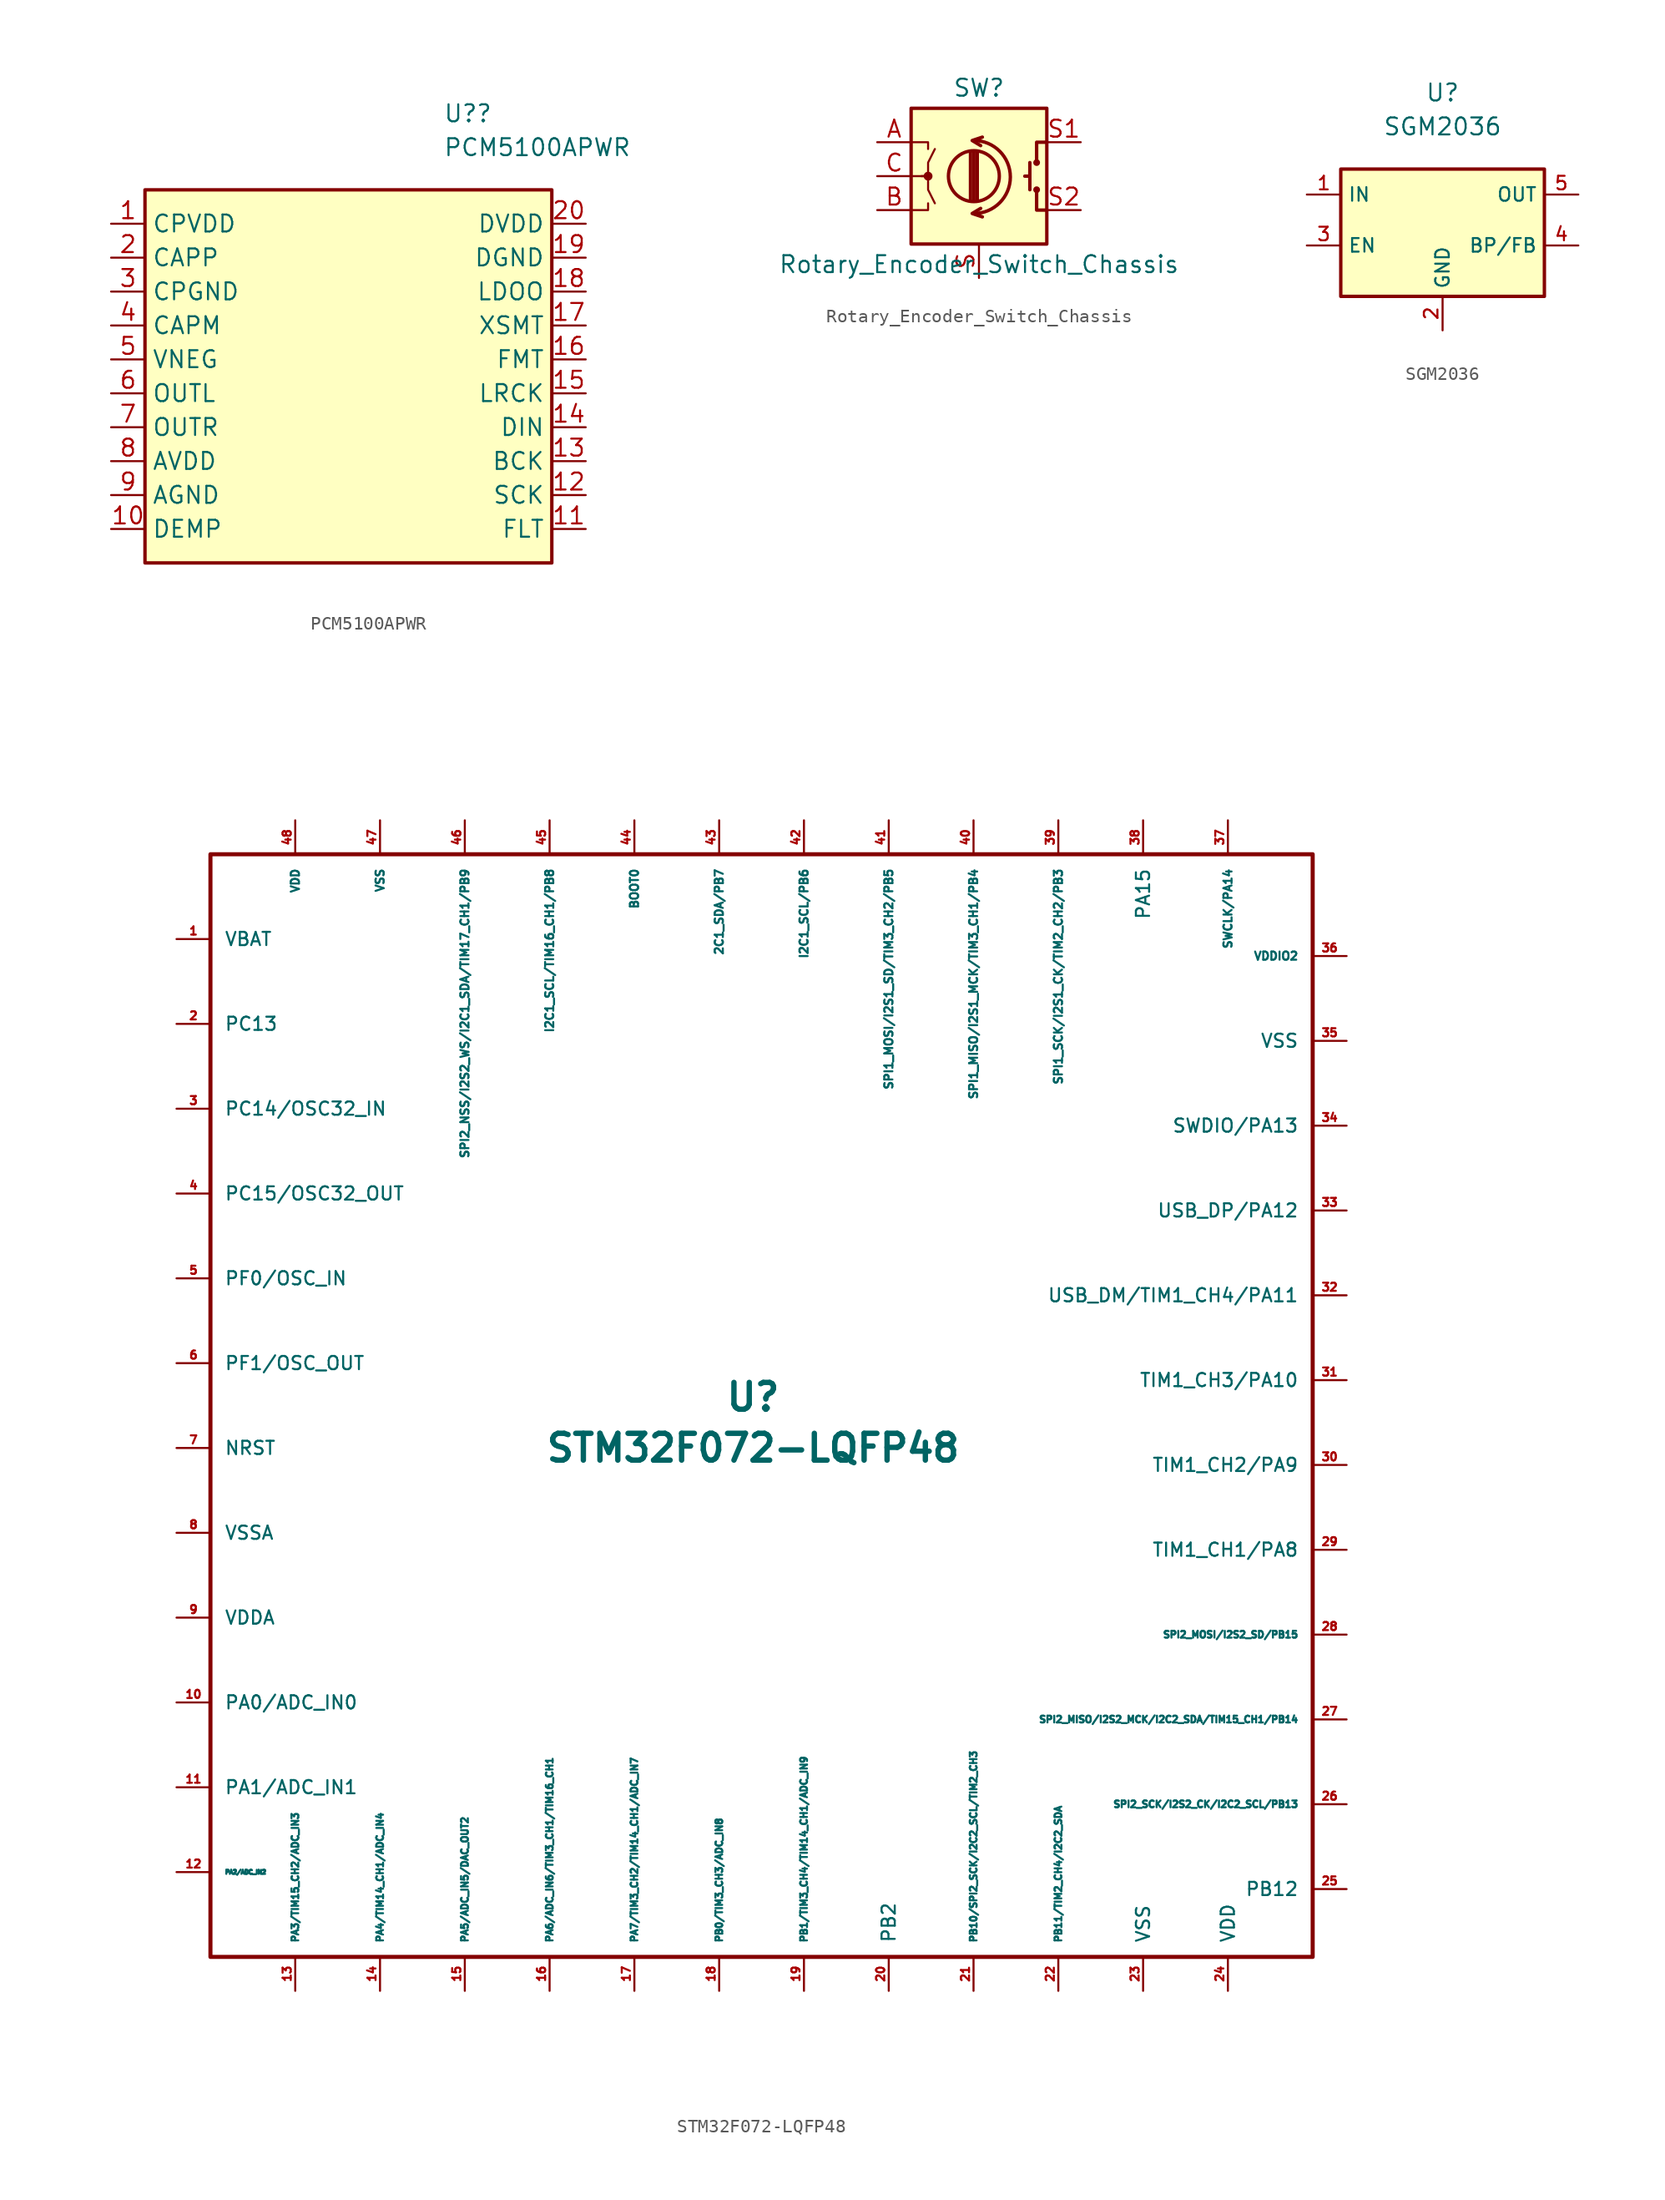
<source format=kicad_sym>
(kicad_symbol_lib
  (version 20211014)
  (generator kicad_symbol_editor)
  (symbol "PCM5100APWR"
    (property "Reference" "U?"
      (at 7.099 23.495 0)
      (effects (font (size 1.27 1.27)) (justify left)))
    (property "Value" "PCM5100APWR"
      (at 7.099 20.955 0)
      (effects (font (size 1.27 1.27)) (justify left)))
    (symbol "PCM5100APWR_0_1"
      (rectangle (start -15.24 17.78) (end 15.24 -10.16) (stroke (width 0.254) (type default) (color 0 0 0 0)) (fill (type background))))
    (symbol "PCM5100APWR_1_1"
      (pin input line (at -17.78 15.24 0) (length 2.54) (name "CPVDD" (effects (font (size 1.27 1.27)))) (number "1" (effects (font (size 1.27 1.27)))))
      (pin input line (at -17.78 -7.62 0) (length 2.54) (name "DEMP" (effects (font (size 1.27 1.27)))) (number "10" (effects (font (size 1.27 1.27)))))
      (pin input line (at 17.78 -7.62 180) (length 2.54) (name "FLT" (effects (font (size 1.27 1.27)))) (number "11" (effects (font (size 1.27 1.27)))))
      (pin input line (at 17.78 -5.08 180) (length 2.54) (name "SCK" (effects (font (size 1.27 1.27)))) (number "12" (effects (font (size 1.27 1.27)))))
      (pin input line (at 17.78 -2.54 180) (length 2.54) (name "BCK" (effects (font (size 1.27 1.27)))) (number "13" (effects (font (size 1.27 1.27)))))
      (pin input line (at 17.78 0 180) (length 2.54) (name "DIN" (effects (font (size 1.27 1.27)))) (number "14" (effects (font (size 1.27 1.27)))))
      (pin input line (at 17.78 2.54 180) (length 2.54) (name "LRCK" (effects (font (size 1.27 1.27)))) (number "15" (effects (font (size 1.27 1.27)))))
      (pin input line (at 17.78 5.08 180) (length 2.54) (name "FMT" (effects (font (size 1.27 1.27)))) (number "16" (effects (font (size 1.27 1.27)))))
      (pin input line (at 17.78 7.62 180) (length 2.54) (name "XSMT" (effects (font (size 1.27 1.27)))) (number "17" (effects (font (size 1.27 1.27)))))
      (pin bidirectional line (at 17.78 10.16 180) (length 2.54) (name "LDOO" (effects (font (size 1.27 1.27)))) (number "18" (effects (font (size 1.27 1.27)))))
      (pin bidirectional line (at 17.78 12.7 180) (length 2.54) (name "DGND" (effects (font (size 1.27 1.27)))) (number "19" (effects (font (size 1.27 1.27)))))
      (pin output line (at -17.78 12.7 0) (length 2.54) (name "CAPP" (effects (font (size 1.27 1.27)))) (number "2" (effects (font (size 1.27 1.27)))))
      (pin power_in line (at 17.78 15.24 180) (length 2.54) (name "DVDD" (effects (font (size 1.27 1.27)))) (number "20" (effects (font (size 1.27 1.27)))))
      (pin bidirectional line (at -17.78 10.16 0) (length 2.54) (name "CPGND" (effects (font (size 1.27 1.27)))) (number "3" (effects (font (size 1.27 1.27)))))
      (pin bidirectional line (at -17.78 7.62 0) (length 2.54) (name "CAPM" (effects (font (size 1.27 1.27)))) (number "4" (effects (font (size 1.27 1.27)))))
      (pin output line (at -17.78 5.08 0) (length 2.54) (name "VNEG" (effects (font (size 1.27 1.27)))) (number "5" (effects (font (size 1.27 1.27)))))
      (pin output line (at -17.78 2.54 0) (length 2.54) (name "OUTL" (effects (font (size 1.27 1.27)))) (number "6" (effects (font (size 1.27 1.27)))))
      (pin output line (at -17.78 0 0) (length 2.54) (name "OUTR" (effects (font (size 1.27 1.27)))) (number "7" (effects (font (size 1.27 1.27)))))
      (pin power_in line (at -17.78 -2.54 0) (length 2.54) (name "AVDD" (effects (font (size 1.27 1.27)))) (number "8" (effects (font (size 1.27 1.27)))))
      (pin bidirectional line (at -17.78 -5.08 0) (length 2.54) (name "AGND" (effects (font (size 1.27 1.27)))) (number "9" (effects (font (size 1.27 1.27)))))))
  (symbol "Rotary_Encoder_Switch_Chassis"
    (pin_names
      (offset 0.254) hide)
    (property "Reference" "SW"
      (at 0 6.604 0)
      (effects (font (size 1.27 1.27))))
    (property "Value" "Rotary_Encoder_Switch_Chassis"
      (at 0 -6.604 0)
      (effects (font (size 1.27 1.27))))
    (symbol "Rotary_Encoder_Switch_Chassis_0_1"
      (rectangle (start -5.08 5.08) (end 5.08 -5.08) (stroke (width 0.254) (type default) (color 0 0 0 0)) (fill (type background)))
      (circle (center -3.81 0) (radius 0.254) (stroke (width 0) (type default) (color 0 0 0 0)) (fill (type outline)))
      (arc (start -0.381 -2.794) (mid 2.3622 -0.0635) (end -0.381 2.667) (stroke (width 0.254) (type default) (color 0 0 0 0)) (fill (type none)))
      (circle (center -0.381 0) (radius 1.905) (stroke (width 0.254) (type default) (color 0 0 0 0)) (fill (type none)))
      (polyline (pts (xy -0.635 -1.778) (xy -0.635 1.778)) (stroke (width 0.254) (type default) (color 0 0 0 0)) (fill (type none)))
      (polyline (pts (xy -0.381 -1.778) (xy -0.381 1.778)) (stroke (width 0.254) (type default) (color 0 0 0 0)) (fill (type none)))
      (polyline (pts (xy -0.127 1.778) (xy -0.127 -1.778)) (stroke (width 0.254) (type default) (color 0 0 0 0)) (fill (type none)))
      (polyline (pts (xy 3.81 0) (xy 3.429 0)) (stroke (width 0.254) (type default) (color 0 0 0 0)) (fill (type none)))
      (polyline (pts (xy 3.81 1.016) (xy 3.81 -1.016)) (stroke (width 0.254) (type default) (color 0 0 0 0)) (fill (type none)))
      (polyline (pts (xy -5.08 -2.54) (xy -3.81 -2.54) (xy -3.81 -2.032)) (stroke (width 0) (type default) (color 0 0 0 0)) (fill (type none)))
      (polyline (pts (xy -5.08 2.54) (xy -3.81 2.54) (xy -3.81 2.032)) (stroke (width 0) (type default) (color 0 0 0 0)) (fill (type none)))
      (polyline (pts (xy 0.254 -3.048) (xy -0.508 -2.794) (xy 0.127 -2.413)) (stroke (width 0.254) (type default) (color 0 0 0 0)) (fill (type none)))
      (polyline (pts (xy 0.254 2.921) (xy -0.508 2.667) (xy 0.127 2.286)) (stroke (width 0.254) (type default) (color 0 0 0 0)) (fill (type none)))
      (polyline (pts (xy 5.08 -2.54) (xy 4.318 -2.54) (xy 4.318 -1.016)) (stroke (width 0.254) (type default) (color 0 0 0 0)) (fill (type none)))
      (polyline (pts (xy 5.08 2.54) (xy 4.318 2.54) (xy 4.318 1.016)) (stroke (width 0.254) (type default) (color 0 0 0 0)) (fill (type none)))
      (polyline (pts (xy -5.08 0) (xy -3.81 0) (xy -3.81 -1.016) (xy -3.302 -2.032)) (stroke (width 0) (type default) (color 0 0 0 0)) (fill (type none)))
      (polyline (pts (xy -4.318 0) (xy -3.81 0) (xy -3.81 1.016) (xy -3.302 2.032)) (stroke (width 0) (type default) (color 0 0 0 0)) (fill (type none)))
      (circle (center 4.318 -1.016) (radius 0.127) (stroke (width 0.254) (type default) (color 0 0 0 0)) (fill (type none)))
      (circle (center 4.318 1.016) (radius 0.127) (stroke (width 0.254) (type default) (color 0 0 0 0)) (fill (type none))))
    (symbol "Rotary_Encoder_Switch_Chassis_1_1"
      (pin passive line (at -7.62 2.54 0) (length 2.54) (name "A" (effects (font (size 1.27 1.27)))) (number "A" (effects (font (size 1.27 1.27)))))
      (pin passive line (at -7.62 -2.54 0) (length 2.54) (name "B" (effects (font (size 1.27 1.27)))) (number "B" (effects (font (size 1.27 1.27)))))
      (pin passive line (at -7.62 0 0) (length 2.54) (name "C" (effects (font (size 1.27 1.27)))) (number "C" (effects (font (size 1.27 1.27)))))
      (pin bidirectional line (at 0 -7.62 90) (length 2.54) (name "Shield" (effects (font (size 1.27 1.27)))) (number "S" (effects (font (size 1.27 1.27)))))
      (pin passive line (at 7.62 2.54 180) (length 2.54) (name "S1" (effects (font (size 1.27 1.27)))) (number "S1" (effects (font (size 1.27 1.27)))))
      (pin passive line (at 7.62 -2.54 180) (length 2.54) (name "S2" (effects (font (size 1.27 1.27)))) (number "S2" (effects (font (size 1.27 1.27)))))))
  (symbol "SGM2036"
    (property "Reference" "U"
      (at 0 10.16 0)
      (effects (font (size 1.27 1.27))))
    (property "Value" "SGM2036"
      (at 0 7.62 0)
      (effects (font (size 1.27 1.27))))
    (symbol "SGM2036_0_1"
      (rectangle (start -7.62 4.445) (end 7.62 -5.08) (stroke (width 0.254) (type default) (color 0 0 0 0)) (fill (type background))))
    (symbol "SGM2036_1_1"
      (pin power_in line (at -10.16 2.54 0) (length 2.54) (name "IN" (effects (font (size 1.016 1.016)))) (number "1" (effects (font (size 1.016 1.016)))))
      (pin power_in line (at 0 -7.62 90) (length 2.54) (name "GND" (effects (font (size 1.016 1.016)))) (number "2" (effects (font (size 1.016 1.016)))))
      (pin input line (at -10.16 -1.27 0) (length 2.54) (name "EN" (effects (font (size 1.016 1.016)))) (number "3" (effects (font (size 1.016 1.016)))))
      (pin passive line (at 10.16 -1.27 180) (length 2.54) (name "BP/FB" (effects (font (size 1.016 1.016)))) (number "4" (effects (font (size 1.016 1.016)))))
      (pin power_out line (at 10.16 2.54 180) (length 2.54) (name "OUT" (effects (font (size 1.016 1.016)))) (number "5" (effects (font (size 1.016 1.016)))))))
  (symbol "STM32F072-LQFP48"
    (pin_names
      (offset 1.016))
    (property "Reference" "U"
      (at 0 1.27 0)
      (effects (font (size 2.007 2.007) bold)))
    (property "Value" "STM32F072-LQFP48"
      (at 0 -2.54 0)
      (effects (font (size 2.007 2.007) bold)))
    (symbol "STM32F072-LQFP48_0_1"
      (rectangle (start 41.91 41.91) (end -40.64 -40.64) (stroke (width 0.305) (type default) (color 0 0 0 0)) (fill (type none))))
    (symbol "STM32F072-LQFP48_1_1"
      (pin power_in line (at -43.18 35.56 0) (length 2.54) (name "VBAT" (effects (font (size 0.991 0.991)))) (number "1" (effects (font (size 0.61 0.61)))))
      (pin bidirectional line (at -43.18 -21.59 0) (length 2.54) (name "PA0/ADC_IN0" (effects (font (size 0.991 0.991)))) (number "10" (effects (font (size 0.61 0.61)))))
      (pin bidirectional line (at -43.18 -27.94 0) (length 2.54) (name "PA1/ADC_IN1" (effects (font (size 0.991 0.991)))) (number "11" (effects (font (size 0.61 0.61)))))
      (pin bidirectional line (at -43.18 -34.29 0) (length 2.54) (name "PA2/ADC_IN2" (effects (font (size 0.305 0.305)))) (number "12" (effects (font (size 0.61 0.61)))))
      (pin bidirectional line (at -34.29 -43.18 90) (length 2.54) (name "PA3/TIM15_CH2/ADC_IN3" (effects (font (size 0.508 0.508)))) (number "13" (effects (font (size 0.61 0.61)))))
      (pin bidirectional line (at -27.94 -43.18 90) (length 2.54) (name "PA4/TIM14_CH1/ADC_IN4" (effects (font (size 0.508 0.508)))) (number "14" (effects (font (size 0.61 0.61)))))
      (pin bidirectional line (at -21.59 -43.18 90) (length 2.54) (name "PA5/ADC_IN5/DAC_OUT2" (effects (font (size 0.508 0.508)))) (number "15" (effects (font (size 0.61 0.61)))))
      (pin bidirectional line (at -15.24 -43.18 90) (length 2.54) (name "PA6/ADC_IN6/TIM3_CH1/TIM16_CH1" (effects (font (size 0.508 0.508)))) (number "16" (effects (font (size 0.61 0.61)))))
      (pin bidirectional line (at -8.89 -43.18 90) (length 2.54) (name "PA7/TIM3_CH2/TIM14_CH1/ADC_IN7" (effects (font (size 0.508 0.508)))) (number "17" (effects (font (size 0.61 0.61)))))
      (pin bidirectional line (at -2.54 -43.18 90) (length 2.54) (name "PB0/TIM3_CH3/ADC_IN8" (effects (font (size 0.508 0.508)))) (number "18" (effects (font (size 0.61 0.61)))))
      (pin bidirectional line (at 3.81 -43.18 90) (length 2.54) (name "PB1/TIM3_CH4/TIM14_CH1/ADC_IN9" (effects (font (size 0.508 0.508)))) (number "19" (effects (font (size 0.61 0.61)))))
      (pin bidirectional line (at -43.18 29.21 0) (length 2.54) (name "PC13" (effects (font (size 0.991 0.991)))) (number "2" (effects (font (size 0.61 0.61)))))
      (pin bidirectional line (at 10.16 -43.18 90) (length 2.54) (name "PB2" (effects (font (size 0.991 0.991)))) (number "20" (effects (font (size 0.61 0.61)))))
      (pin bidirectional line (at 16.51 -43.18 90) (length 2.54) (name "PB10/SPI2_SCK/I2C2_SCL/TIM2_CH3" (effects (font (size 0.508 0.508)))) (number "21" (effects (font (size 0.61 0.61)))))
      (pin bidirectional line (at 22.86 -43.18 90) (length 2.54) (name "PB11/TIM2_CH4/I2C2_SDA" (effects (font (size 0.508 0.508)))) (number "22" (effects (font (size 0.61 0.61)))))
      (pin power_in line (at 29.21 -43.18 90) (length 2.54) (name "VSS" (effects (font (size 0.991 0.991)))) (number "23" (effects (font (size 0.61 0.61)))))
      (pin power_in line (at 35.56 -43.18 90) (length 2.54) (name "VDD" (effects (font (size 0.991 0.991)))) (number "24" (effects (font (size 0.61 0.61)))))
      (pin bidirectional line (at 44.45 -35.56 180) (length 2.54) (name "PB12" (effects (font (size 0.991 0.991)))) (number "25" (effects (font (size 0.61 0.61)))))
      (pin bidirectional line (at 44.45 -29.21 180) (length 2.54) (name "SPI2_SCK/I2S2_CK/I2C2_SCL/PB13" (effects (font (size 0.508 0.508)))) (number "26" (effects (font (size 0.61 0.61)))))
      (pin bidirectional line (at 44.45 -22.86 180) (length 2.54) (name "SPI2_MISO/I2S2_MCK/I2C2_SDA/TIM15_CH1/PB14" (effects (font (size 0.508 0.508)))) (number "27" (effects (font (size 0.61 0.61)))))
      (pin bidirectional line (at 44.45 -16.51 180) (length 2.54) (name "SPI2_MOSI/I2S2_SD/PB15" (effects (font (size 0.508 0.508)))) (number "28" (effects (font (size 0.61 0.61)))))
      (pin bidirectional line (at 44.45 -10.16 180) (length 2.54) (name "TIM1_CH1/PA8" (effects (font (size 0.991 0.991)))) (number "29" (effects (font (size 0.61 0.61)))))
      (pin bidirectional line (at -43.18 22.86 0) (length 2.54) (name "PC14/OSC32_IN" (effects (font (size 0.991 0.991)))) (number "3" (effects (font (size 0.61 0.61)))))
      (pin bidirectional line (at 44.45 -3.81 180) (length 2.54) (name "TIM1_CH2/PA9" (effects (font (size 0.991 0.991)))) (number "30" (effects (font (size 0.61 0.61)))))
      (pin bidirectional line (at 44.45 2.54 180) (length 2.54) (name "TIM1_CH3/PA10" (effects (font (size 0.991 0.991)))) (number "31" (effects (font (size 0.61 0.61)))))
      (pin bidirectional line (at 44.45 8.89 180) (length 2.54) (name "USB_DM/TIM1_CH4/PA11" (effects (font (size 0.991 0.991)))) (number "32" (effects (font (size 0.61 0.61)))))
      (pin bidirectional line (at 44.45 15.24 180) (length 2.54) (name "USB_DP/PA12" (effects (font (size 0.991 0.991)))) (number "33" (effects (font (size 0.61 0.61)))))
      (pin bidirectional line (at 44.45 21.59 180) (length 2.54) (name "SWDIO/PA13" (effects (font (size 0.991 0.991)))) (number "34" (effects (font (size 0.61 0.61)))))
      (pin power_in line (at 44.45 27.94 180) (length 2.54) (name "VSS" (effects (font (size 0.991 0.991)))) (number "35" (effects (font (size 0.61 0.61)))))
      (pin power_in line (at 44.45 34.29 180) (length 2.54) (name "VDDIO2" (effects (font (size 0.61 0.61)))) (number "36" (effects (font (size 0.61 0.61)))))
      (pin bidirectional line (at 35.56 44.45 270) (length 2.54) (name "SWCLK/PA14" (effects (font (size 0.61 0.61)))) (number "37" (effects (font (size 0.61 0.61)))))
      (pin bidirectional line (at 29.21 44.45 270) (length 2.54) (name "PA15" (effects (font (size 0.991 0.991)))) (number "38" (effects (font (size 0.61 0.61)))))
      (pin bidirectional line (at 22.86 44.45 270) (length 2.54) (name "SPI1_SCK/I2S1_CK/TIM2_CH2/PB3" (effects (font (size 0.61 0.61)))) (number "39" (effects (font (size 0.61 0.61)))))
      (pin bidirectional line (at -43.18 16.51 0) (length 2.54) (name "PC15/OSC32_OUT" (effects (font (size 0.991 0.991)))) (number "4" (effects (font (size 0.61 0.61)))))
      (pin bidirectional line (at 16.51 44.45 270) (length 2.54) (name "SPI1_MISO/I2S1_MCK/TIM3_CH1/PB4" (effects (font (size 0.61 0.61)))) (number "40" (effects (font (size 0.61 0.61)))))
      (pin bidirectional line (at 10.16 44.45 270) (length 2.54) (name "SPI1_MOSI/I2S1_SD/TIM3_CH2/PB5" (effects (font (size 0.61 0.61)))) (number "41" (effects (font (size 0.61 0.61)))))
      (pin bidirectional line (at 3.81 44.45 270) (length 2.54) (name "I2C1_SCL/PB6" (effects (font (size 0.61 0.61)))) (number "42" (effects (font (size 0.61 0.61)))))
      (pin bidirectional line (at -2.54 44.45 270) (length 2.54) (name "2C1_SDA/PB7" (effects (font (size 0.61 0.61)))) (number "43" (effects (font (size 0.61 0.61)))))
      (pin output line (at -8.89 44.45 270) (length 2.54) (name "BOOT0" (effects (font (size 0.61 0.61)))) (number "44" (effects (font (size 0.61 0.61)))))
      (pin bidirectional line (at -15.24 44.45 270) (length 2.54) (name "I2C1_SCL/TIM16_CH1/PB8" (effects (font (size 0.61 0.61)))) (number "45" (effects (font (size 0.61 0.61)))))
      (pin input line (at -21.59 44.45 270) (length 2.54) (name "SPI2_NSS/I2S2_WS/I2C1_SDA/TIM17_CH1/PB9" (effects (font (size 0.61 0.61)))) (number "46" (effects (font (size 0.61 0.61)))))
      (pin input line (at -27.94 44.45 270) (length 2.54) (name "VSS" (effects (font (size 0.61 0.61)))) (number "47" (effects (font (size 0.61 0.61)))))
      (pin input line (at -34.29 44.45 270) (length 2.54) (name "VDD" (effects (font (size 0.61 0.61)))) (number "48" (effects (font (size 0.61 0.61)))))
      (pin bidirectional line (at -43.18 10.16 0) (length 2.54) (name "PF0/OSC_IN" (effects (font (size 0.991 0.991)))) (number "5" (effects (font (size 0.61 0.61)))))
      (pin bidirectional line (at -43.18 3.81 0) (length 2.54) (name "PF1/OSC_OUT" (effects (font (size 0.991 0.991)))) (number "6" (effects (font (size 0.61 0.61)))))
      (pin input line (at -43.18 -2.54 0) (length 2.54) (name "NRST" (effects (font (size 0.991 0.991)))) (number "7" (effects (font (size 0.61 0.61)))))
      (pin power_in line (at -43.18 -8.89 0) (length 2.54) (name "VSSA" (effects (font (size 0.991 0.991)))) (number "8" (effects (font (size 0.61 0.61)))))
      (pin power_in line (at -43.18 -15.24 0) (length 2.54) (name "VDDA" (effects (font (size 0.991 0.991)))) (number "9" (effects (font (size 0.61 0.61))))))))
</source>
